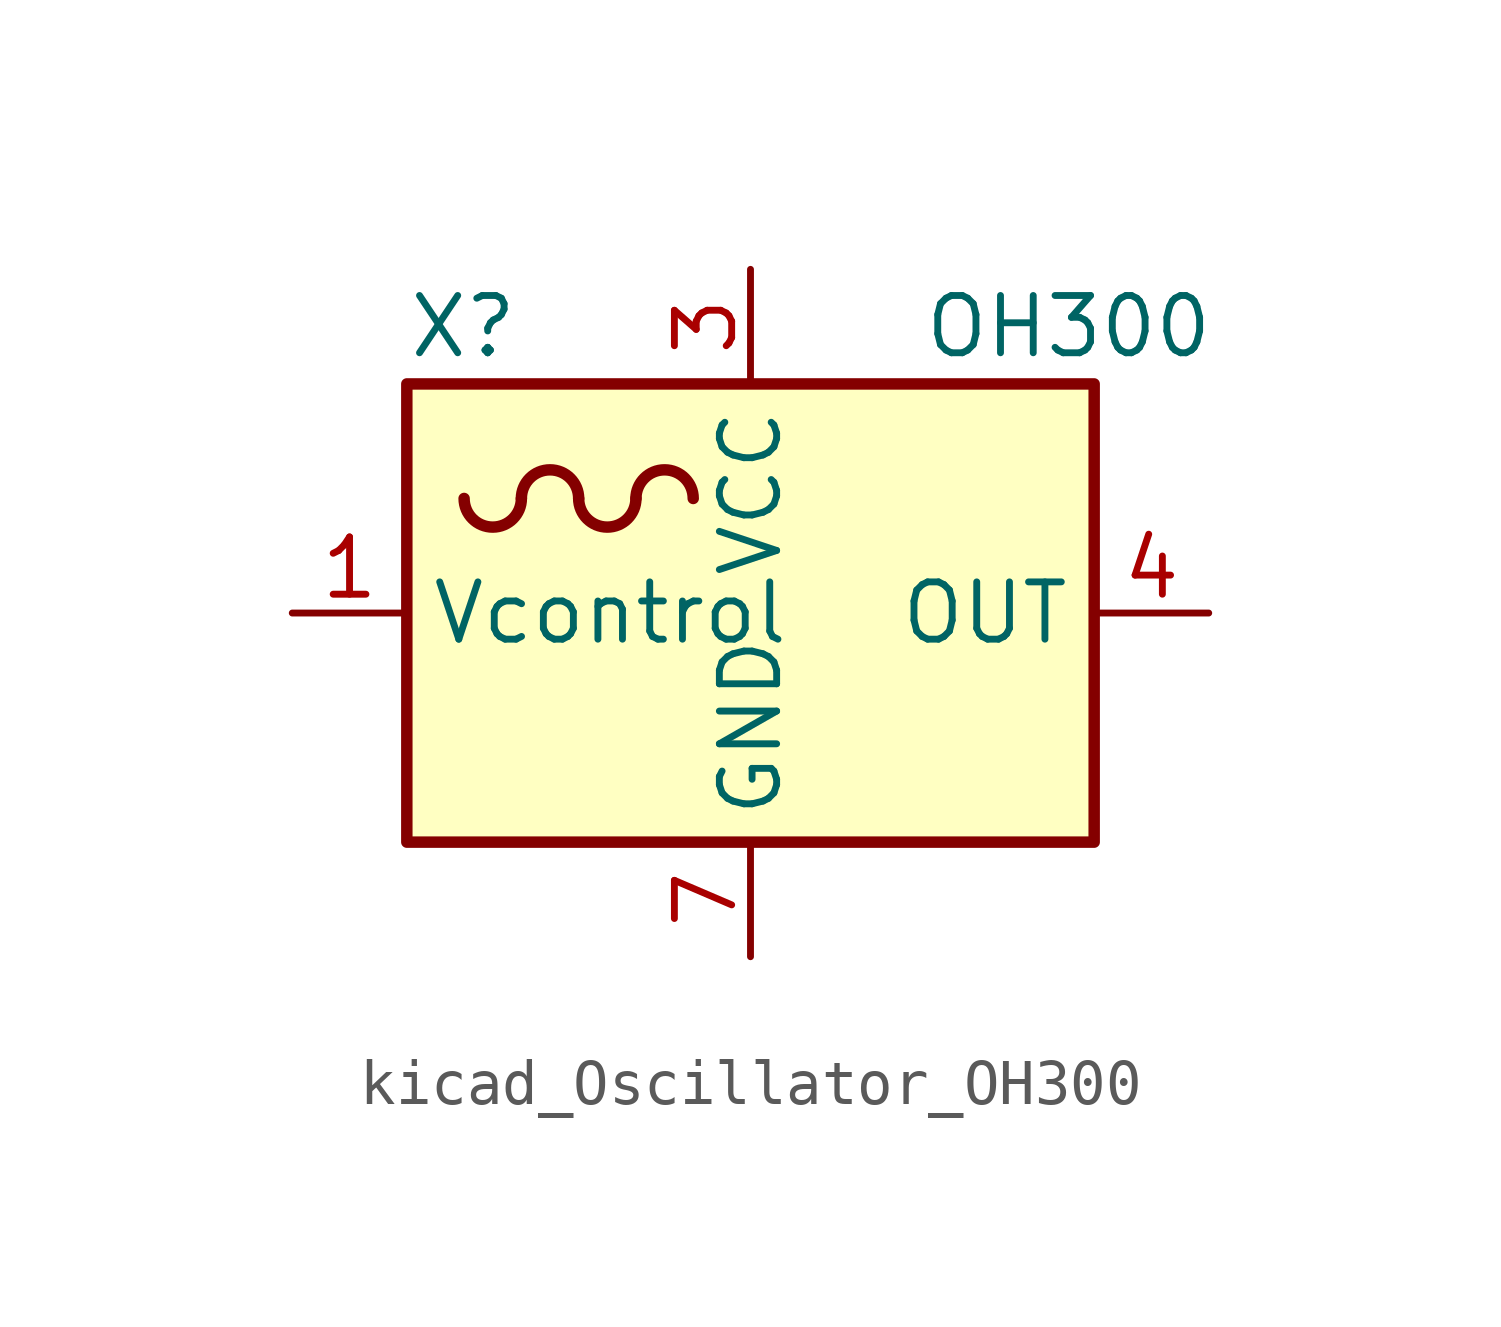
<source format=kicad_sym>
(kicad_symbol_lib
  (version 20220914)
  (generator kicad_symbol_editor)
  (symbol "kicad_Oscillator_OH300"
    (property "Reference" "X"
      (at -7.62 6.35 0)
      (effects (font (size 1.27 1.27)) (justify left)))
    (property "Value" "OH300"
      (at 3.81 6.35 0)
      (effects (font (size 1.27 1.27)) (justify left)))
    (symbol "kicad_Oscillator_OH300_0_1"
      (rectangle (start -7.62 5.08) (end 7.62 -5.08) (stroke (width 0.254) (type default)) (fill (type background)))
      (arc (start -6.35 2.54) (mid -5.715 1.9077) (end -5.08 2.54) (stroke (width 0.254) (type default)) (fill (type none)))
      (arc (start -3.81 2.54) (mid -4.445 3.1723) (end -5.08 2.54) (stroke (width 0.254) (type default)) (fill (type none)))
      (arc (start -3.81 2.54) (mid -3.175 1.9077) (end -2.54 2.54) (stroke (width 0.254) (type default)) (fill (type none)))
      (arc (start -1.27 2.54) (mid -1.905 3.1723) (end -2.54 2.54) (stroke (width 0.254) (type default)) (fill (type none))))
    (symbol "kicad_Oscillator_OH300_1_1"
      (pin input line (at -10.16 0 0) (length 2.54) (name "Vcontrol" (effects (font (size 1.27 1.27)))) (number "1" (effects (font (size 1.27 1.27)))))
      (pin no_connect line (at 2.54 -5.08 90) (length 2.54) hide (name "NC" (effects (font (size 1.27 1.27)))) (number "2" (effects (font (size 1.27 1.27)))))
      (pin power_in line (at 0 7.62 270) (length 2.54) (name "VCC" (effects (font (size 1.27 1.27)))) (number "3" (effects (font (size 1.27 1.27)))))
      (pin output line (at 10.16 0 180) (length 2.54) (name "OUT" (effects (font (size 1.27 1.27)))) (number "4" (effects (font (size 1.27 1.27)))))
      (pin no_connect line (at -2.54 -5.08 90) (length 2.54) hide (name "NC" (effects (font (size 1.27 1.27)))) (number "5" (effects (font (size 1.27 1.27)))))
      (pin no_connect line (at -5.08 -5.08 90) (length 2.54) hide (name "NC" (effects (font (size 1.27 1.27)))) (number "6" (effects (font (size 1.27 1.27)))))
      (pin power_in line (at 0 -7.62 90) (length 2.54) (name "GND" (effects (font (size 1.27 1.27)))) (number "7" (effects (font (size 1.27 1.27))))))))
</source>
